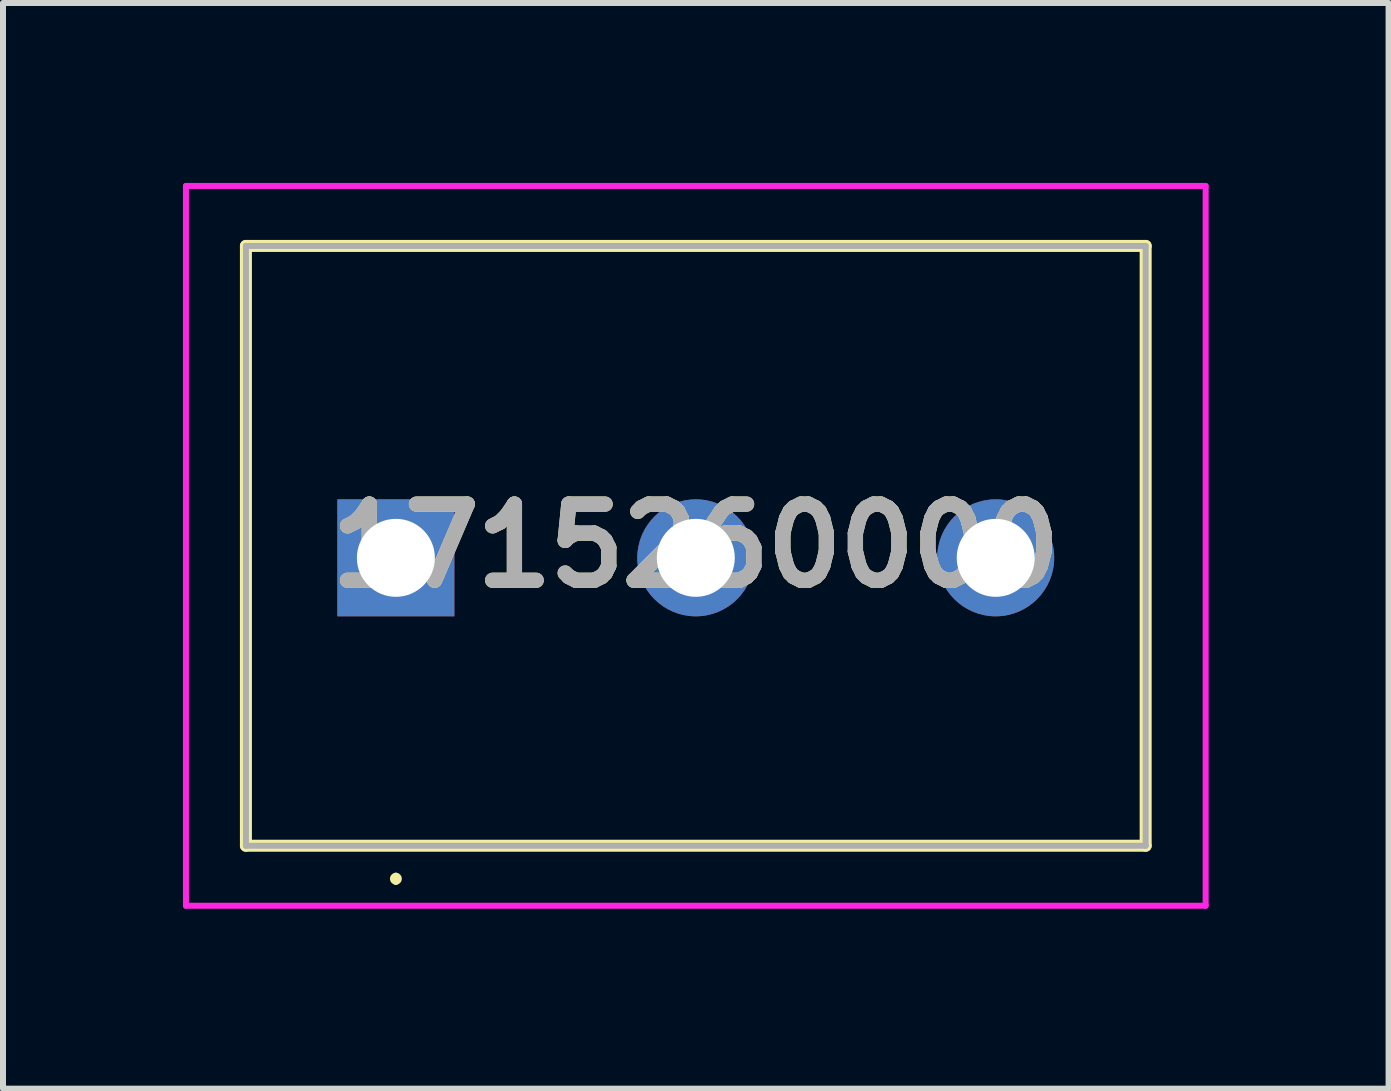
<source format=kicad_pcb>
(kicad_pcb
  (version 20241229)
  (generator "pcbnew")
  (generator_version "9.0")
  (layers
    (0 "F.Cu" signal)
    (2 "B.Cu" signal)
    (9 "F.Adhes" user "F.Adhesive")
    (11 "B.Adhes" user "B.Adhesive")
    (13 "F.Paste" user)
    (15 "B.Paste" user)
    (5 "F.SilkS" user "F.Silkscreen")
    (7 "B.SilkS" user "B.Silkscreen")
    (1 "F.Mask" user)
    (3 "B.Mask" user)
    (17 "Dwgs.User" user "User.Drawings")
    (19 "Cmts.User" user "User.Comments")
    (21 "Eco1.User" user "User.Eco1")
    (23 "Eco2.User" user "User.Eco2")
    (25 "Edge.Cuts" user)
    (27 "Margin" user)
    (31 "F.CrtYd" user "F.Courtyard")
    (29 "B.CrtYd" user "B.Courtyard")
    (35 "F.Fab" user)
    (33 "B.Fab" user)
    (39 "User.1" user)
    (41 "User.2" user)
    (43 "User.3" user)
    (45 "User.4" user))
  (footprint "1715260000"
    (layer "F.Cu")
    (at 3.55 6.25)
    (property "Reference" "1715260000" (at 5 -0.2 0) (layer "F.SilkS") (effects (font (size 1.27 1.27) (thickness 0.254))))
    (attr through_hole)
    (fp_line (start -2.5 -5.2) (end 12.5 -5.2) (stroke (width 0.2) (type solid)) (layer "F.SilkS"))
    (fp_line (start -2.5 4.8) (end -2.5 -5.2) (stroke (width 0.2) (type solid)) (layer "F.SilkS"))
    (fp_line (start 0 5.3) (end 0 5.3) (stroke (width 0.1) (type solid)) (layer "F.SilkS"))
    (fp_line (start 0 5.4) (end 0 5.4) (stroke (width 0.1) (type solid)) (layer "F.SilkS"))
    (fp_line (start 12.5 -5.2) (end 12.5 4.8) (stroke (width 0.2) (type solid)) (layer "F.SilkS"))
    (fp_line (start 12.5 4.8) (end -2.5 4.8) (stroke (width 0.2) (type solid)) (layer "F.SilkS"))
    (fp_arc (start 0 5.3) (mid 0.05 5.35) (end 0 5.4) (stroke (width 0.1) (type solid)) (layer "F.SilkS"))
    (fp_arc (start 0 5.4) (mid -0.05 5.35) (end 0 5.3) (stroke (width 0.1) (type solid)) (layer "F.SilkS"))
    (fp_line (start -3.5 -6.2) (end 13.5 -6.2) (stroke (width 0.1) (type solid)) (layer "F.CrtYd"))
    (fp_line (start -3.5 5.8) (end -3.5 -6.2) (stroke (width 0.1) (type solid)) (layer "F.CrtYd"))
    (fp_line (start 13.5 -6.2) (end 13.5 5.8) (stroke (width 0.1) (type solid)) (layer "F.CrtYd"))
    (fp_line (start 13.5 5.8) (end -3.5 5.8) (stroke (width 0.1) (type solid)) (layer "F.CrtYd"))
    (fp_line (start -2.5 -5.2) (end -2.5 4.8) (stroke (width 0.1) (type solid)) (layer "F.Fab"))
    (fp_line (start -2.5 4.8) (end 12.5 4.8) (stroke (width 0.1) (type solid)) (layer "F.Fab"))
    (fp_line (start 12.5 -5.2) (end -2.5 -5.2) (stroke (width 0.1) (type solid)) (layer "F.Fab"))
    (fp_line (start 12.5 4.8) (end 12.5 -5.2) (stroke (width 0.1) (type solid)) (layer "F.Fab"))
    (fp_text user "${REFERENCE}" (at 5 -0.2 0) (layer "F.Fab") (effects (font (size 1.27 1.27) (thickness 0.254))))
    (pad "1" thru_hole rect (at 0 0) (size 1.95 1.95) (drill 1.3) (layers "*.Cu" "*.Mask"))
    (pad "2" thru_hole circle (at 5 0) (size 1.95 1.95) (drill 1.3) (layers "*.Cu" "*.Mask"))
    (pad "3" thru_hole circle (at 10 0) (size 1.95 1.95) (drill 1.3) (layers "*.Cu" "*.Mask")))
  (gr_rect
    (start -3 -3)
    (end 20.1 15.1)
    (stroke (width 0.1) (type default))
    (fill no)
    (layer "Edge.Cuts")))
</source>
